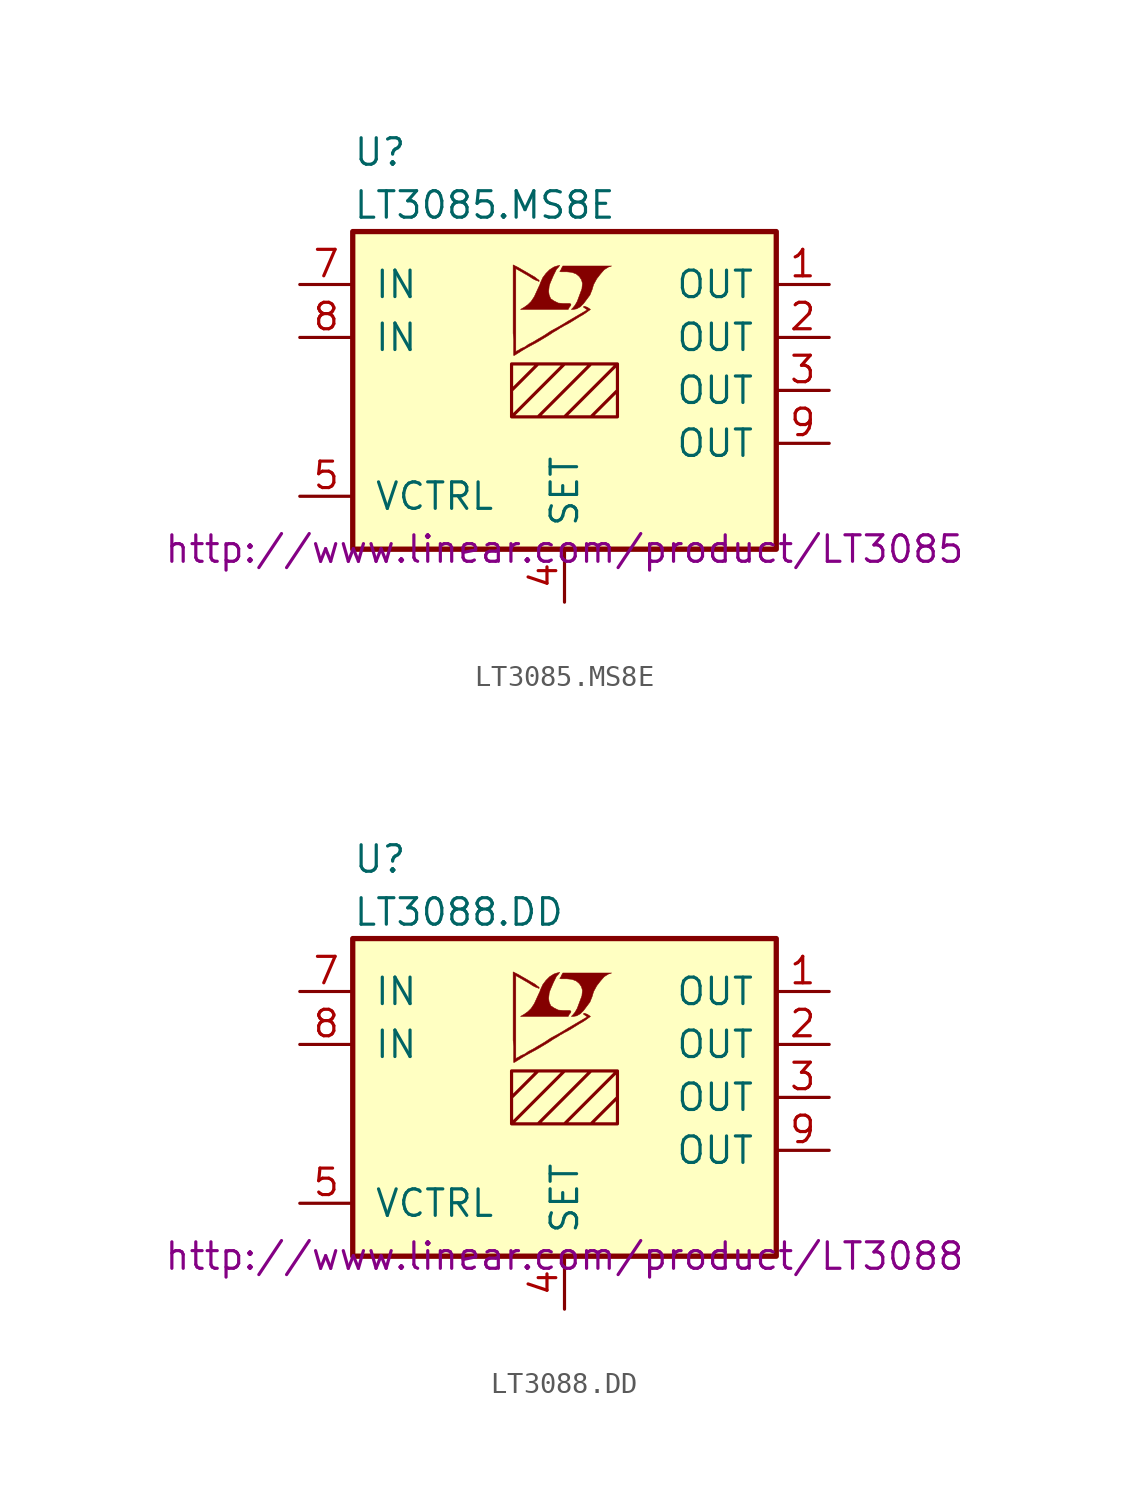
<source format=kicad_sym>
(kicad_symbol_lib
  (version 20201005)
  (generator kicad_symbol_editor)
  (symbol "LT3085.MS8E"
    (pin_names
      (offset 1.016))
    (property "Reference" "U"
      (at -10.16 11.43 0)
      (effects (font (size 1.27 1.27)) (justify left)))
    (property "Value" "LT3085.MS8E"
      (at -10.16 8.89 0)
      (effects (font (size 1.27 1.27)) (justify left)))
    (property "Datasheet" "http://www.linear.com/product/LT3085"
      (at 0 -7.62 0)
      (effects (font (size 1.27 1.27))))
    (symbol "LT3085.MS8E_0_0"
      (polyline (pts (xy 0.584 3.912) (xy 0.762 4.013) (xy 0.914 4.166) (xy 1.219 4.572) (xy 1.321 4.826) (xy 1.397 5.08) (xy 1.549 5.359) (xy 1.727 5.588) (xy 1.905 5.791) (xy 2.108 5.918) (xy 2.261 5.969) (xy -0.076 5.969) (xy -0.152 5.842) (xy -0.152 5.817) (xy -0.203 5.74) (xy -0.229 5.715) (xy -0.178 5.69) (xy 0.102 5.69) (xy 0.356 5.664) (xy 0.559 5.588) (xy 0.711 5.461) (xy 0.813 5.309) (xy 0.864 5.131) (xy 0.838 4.902) (xy 0.838 4.877) (xy 0.61 4.267) (xy 0.508 4.089) (xy 0.406 3.962) (xy 0.33 3.886) (xy 0.432 3.886) (xy 0.584 3.912)) (stroke (width 0.025)) (fill (type outline)))
      (polyline (pts (xy 0.229 3.988) (xy 0.254 4.013) (xy 0.305 4.089) (xy 0.305 4.14) (xy 0.254 4.166) (xy -0.051 4.166) (xy -0.305 4.191) (xy -0.508 4.293) (xy -0.66 4.394) (xy -0.737 4.572) (xy -0.762 4.75) (xy -0.737 4.978) (xy -0.737 5.004) (xy -0.686 5.156) (xy -0.533 5.512) (xy -0.381 5.817) (xy -0.305 5.893) (xy -0.229 5.994) (xy -0.356 5.969) (xy -0.508 5.918) (xy -0.711 5.791) (xy -0.889 5.613) (xy -1.041 5.41) (xy -1.168 5.131) (xy -1.168 5.105) (xy -1.321 4.775) (xy -1.448 4.496) (xy -1.6 4.267) (xy -1.753 4.115) (xy -1.93 3.988) (xy -2.108 3.886) (xy 0.178 3.886) (xy 0.229 3.988)) (stroke (width 0.025)) (fill (type outline)))
      (polyline (pts (xy -2.362 1.702) (xy -2.286 1.753) (xy -2.159 1.829) (xy -2.083 1.88) (xy -1.829 2.032) (xy -1.27 2.337) (xy -0.762 2.642) (xy -0.533 2.794) (xy -0.356 2.896) (xy -0.203 2.997) (xy -0.102 3.048) (xy -0.025 3.099) (xy 0.127 3.175) (xy 0.305 3.277) (xy 0.711 3.531) (xy 0.889 3.632) (xy 1.041 3.734) (xy 1.143 3.81) (xy 1.219 3.861) (xy 1.245 3.886) (xy 1.092 3.988) (xy 0.94 4.039) (xy 0.914 4.013) (xy 0.914 3.988) (xy 0.991 3.937) (xy 1.092 3.861) (xy 0.178 3.327) (xy -0.025 3.2) (xy -0.33 3.023) (xy -0.66 2.845) (xy -0.965 2.642) (xy -1.27 2.464) (xy -1.524 2.311) (xy -1.727 2.21) (xy -1.905 2.083) (xy -2.083 2.007) (xy -2.21 1.93) (xy -2.311 1.88) (xy -2.337 1.854) (xy -2.337 5.842) (xy -1.803 5.537) (xy -1.676 5.461) (xy -1.524 5.359) (xy -1.372 5.283) (xy -1.295 5.258) (xy -1.245 5.232) (xy -1.219 5.232) (xy -1.219 5.283) (xy -1.295 5.334) (xy -1.422 5.436) (xy -1.6 5.537) (xy -1.727 5.613) (xy -2.083 5.817) (xy -2.21 5.893) (xy -2.464 6.02) (xy -2.464 2.743) (xy -2.438 2.438) (xy -2.438 1.676) (xy -2.413 1.676) (xy -2.362 1.702)) (stroke (width 0.025)) (fill (type outline))))
    (symbol "LT3085.MS8E_0_1"
      (rectangle (start -10.16 7.62) (end 10.16 -7.62) (stroke (width 0.254)) (fill (type background)))
      (polyline (pts (xy -2.54 0) (xy -1.27 1.27) (xy 0 1.27) (xy -2.54 -1.27) (xy -1.27 -1.27) (xy 1.27 1.27) (xy 2.54 1.27) (xy 0 -1.27) (xy 1.27 -1.27) (xy 2.54 0) (xy 2.54 -1.27) (xy -2.54 -1.27) (xy -2.54 1.27) (xy 2.54 1.27) (xy 2.54 -1.27)) (stroke (width 0)) (fill (type none))))
    (symbol "LT3085.MS8E_1_1"
      (pin power_out line (at 12.7 5.08 180) (length 2.54) (name "OUT" (effects (font (size 1.27 1.27)))) (number "1" (effects (font (size 1.27 1.27)))))
      (pin power_out line (at 12.7 2.54 180) (length 2.54) (name "OUT" (effects (font (size 1.27 1.27)))) (number "2" (effects (font (size 1.27 1.27)))))
      (pin power_out line (at 12.7 0 180) (length 2.54) (name "OUT" (effects (font (size 1.27 1.27)))) (number "3" (effects (font (size 1.27 1.27)))))
      (pin passive line (at 0 -10.16 90) (length 2.54) (name "SET" (effects (font (size 1.27 1.27)))) (number "4" (effects (font (size 1.27 1.27)))))
      (pin input line (at -12.7 -5.08 0) (length 2.54) (name "VCTRL" (effects (font (size 1.27 1.27)))) (number "5" (effects (font (size 1.27 1.27)))))
      (pin unconnected line (at -12.7 -2.54 0) (length 2.54) hide (name "NC" (effects (font (size 1.27 1.27)))) (number "6" (effects (font (size 1.27 1.27)))))
      (pin power_in line (at -12.7 5.08 0) (length 2.54) (name "IN" (effects (font (size 1.27 1.27)))) (number "7" (effects (font (size 1.27 1.27)))))
      (pin power_in line (at -12.7 2.54 0) (length 2.54) (name "IN" (effects (font (size 1.27 1.27)))) (number "8" (effects (font (size 1.27 1.27)))))
      (pin power_out line (at 12.7 -2.54 180) (length 2.54) (name "OUT" (effects (font (size 1.27 1.27)))) (number "9" (effects (font (size 1.27 1.27)))))))
  (symbol "LT3088.DD"
    (pin_names
      (offset 1.016))
    (property "Reference" "U"
      (at -10.16 11.43 0)
      (effects (font (size 1.27 1.27)) (justify left)))
    (property "Value" "LT3088.DD"
      (at -10.16 8.89 0)
      (effects (font (size 1.27 1.27)) (justify left)))
    (property "Datasheet" "http://www.linear.com/product/LT3088"
      (at 0 -7.62 0)
      (effects (font (size 1.27 1.27))))
    (symbol "LT3088.DD_0_0"
      (polyline (pts (xy 0.584 3.912) (xy 0.762 4.013) (xy 0.914 4.166) (xy 1.219 4.572) (xy 1.321 4.826) (xy 1.397 5.08) (xy 1.549 5.359) (xy 1.727 5.588) (xy 1.905 5.791) (xy 2.108 5.918) (xy 2.261 5.969) (xy -0.076 5.969) (xy -0.152 5.842) (xy -0.152 5.817) (xy -0.203 5.74) (xy -0.229 5.715) (xy -0.178 5.69) (xy 0.102 5.69) (xy 0.356 5.664) (xy 0.559 5.588) (xy 0.711 5.461) (xy 0.813 5.309) (xy 0.864 5.131) (xy 0.838 4.902) (xy 0.838 4.877) (xy 0.61 4.267) (xy 0.508 4.089) (xy 0.406 3.962) (xy 0.33 3.886) (xy 0.432 3.886) (xy 0.584 3.912)) (stroke (width 0.025)) (fill (type outline)))
      (polyline (pts (xy 0.229 3.988) (xy 0.254 4.013) (xy 0.305 4.089) (xy 0.305 4.14) (xy 0.254 4.166) (xy -0.051 4.166) (xy -0.305 4.191) (xy -0.508 4.293) (xy -0.66 4.394) (xy -0.737 4.572) (xy -0.762 4.75) (xy -0.737 4.978) (xy -0.737 5.004) (xy -0.686 5.156) (xy -0.533 5.512) (xy -0.381 5.817) (xy -0.305 5.893) (xy -0.229 5.994) (xy -0.356 5.969) (xy -0.508 5.918) (xy -0.711 5.791) (xy -0.889 5.613) (xy -1.041 5.41) (xy -1.168 5.131) (xy -1.168 5.105) (xy -1.321 4.775) (xy -1.448 4.496) (xy -1.6 4.267) (xy -1.753 4.115) (xy -1.93 3.988) (xy -2.108 3.886) (xy 0.178 3.886) (xy 0.229 3.988)) (stroke (width 0.025)) (fill (type outline)))
      (polyline (pts (xy -2.362 1.702) (xy -2.286 1.753) (xy -2.159 1.829) (xy -2.083 1.88) (xy -1.829 2.032) (xy -1.27 2.337) (xy -0.762 2.642) (xy -0.533 2.794) (xy -0.356 2.896) (xy -0.203 2.997) (xy -0.102 3.048) (xy -0.025 3.099) (xy 0.127 3.175) (xy 0.305 3.277) (xy 0.711 3.531) (xy 0.889 3.632) (xy 1.041 3.734) (xy 1.143 3.81) (xy 1.219 3.861) (xy 1.245 3.886) (xy 1.092 3.988) (xy 0.94 4.039) (xy 0.914 4.013) (xy 0.914 3.988) (xy 0.991 3.937) (xy 1.092 3.861) (xy 0.178 3.327) (xy -0.025 3.2) (xy -0.33 3.023) (xy -0.66 2.845) (xy -0.965 2.642) (xy -1.27 2.464) (xy -1.524 2.311) (xy -1.727 2.21) (xy -1.905 2.083) (xy -2.083 2.007) (xy -2.21 1.93) (xy -2.311 1.88) (xy -2.337 1.854) (xy -2.337 5.842) (xy -1.803 5.537) (xy -1.676 5.461) (xy -1.524 5.359) (xy -1.372 5.283) (xy -1.295 5.258) (xy -1.245 5.232) (xy -1.219 5.232) (xy -1.219 5.283) (xy -1.295 5.334) (xy -1.422 5.436) (xy -1.6 5.537) (xy -1.727 5.613) (xy -2.083 5.817) (xy -2.21 5.893) (xy -2.464 6.02) (xy -2.464 2.743) (xy -2.438 2.438) (xy -2.438 1.676) (xy -2.413 1.676) (xy -2.362 1.702)) (stroke (width 0.025)) (fill (type outline))))
    (symbol "LT3088.DD_0_1"
      (rectangle (start -10.16 7.62) (end 10.16 -7.62) (stroke (width 0.254)) (fill (type background)))
      (polyline (pts (xy -2.54 0) (xy -1.27 1.27) (xy 0 1.27) (xy -2.54 -1.27) (xy -1.27 -1.27) (xy 1.27 1.27) (xy 2.54 1.27) (xy 0 -1.27) (xy 1.27 -1.27) (xy 2.54 0) (xy 2.54 -1.27) (xy -2.54 -1.27) (xy -2.54 1.27) (xy 2.54 1.27) (xy 2.54 -1.27)) (stroke (width 0)) (fill (type none))))
    (symbol "LT3088.DD_1_1"
      (pin power_out line (at 12.7 5.08 180) (length 2.54) (name "OUT" (effects (font (size 1.27 1.27)))) (number "1" (effects (font (size 1.27 1.27)))))
      (pin power_out line (at 12.7 2.54 180) (length 2.54) (name "OUT" (effects (font (size 1.27 1.27)))) (number "2" (effects (font (size 1.27 1.27)))))
      (pin power_out line (at 12.7 0 180) (length 2.54) (name "OUT" (effects (font (size 1.27 1.27)))) (number "3" (effects (font (size 1.27 1.27)))))
      (pin passive line (at 0 -10.16 90) (length 2.54) (name "SET" (effects (font (size 1.27 1.27)))) (number "4" (effects (font (size 1.27 1.27)))))
      (pin input line (at -12.7 -5.08 0) (length 2.54) (name "VCTRL" (effects (font (size 1.27 1.27)))) (number "5" (effects (font (size 1.27 1.27)))))
      (pin unconnected line (at -12.7 -2.54 0) (length 2.54) hide (name "NC" (effects (font (size 1.27 1.27)))) (number "6" (effects (font (size 1.27 1.27)))))
      (pin power_in line (at -12.7 5.08 0) (length 2.54) (name "IN" (effects (font (size 1.27 1.27)))) (number "7" (effects (font (size 1.27 1.27)))))
      (pin power_in line (at -12.7 2.54 0) (length 2.54) (name "IN" (effects (font (size 1.27 1.27)))) (number "8" (effects (font (size 1.27 1.27)))))
      (pin power_out line (at 12.7 -2.54 180) (length 2.54) (name "OUT" (effects (font (size 1.27 1.27)))) (number "9" (effects (font (size 1.27 1.27))))))))
</source>
